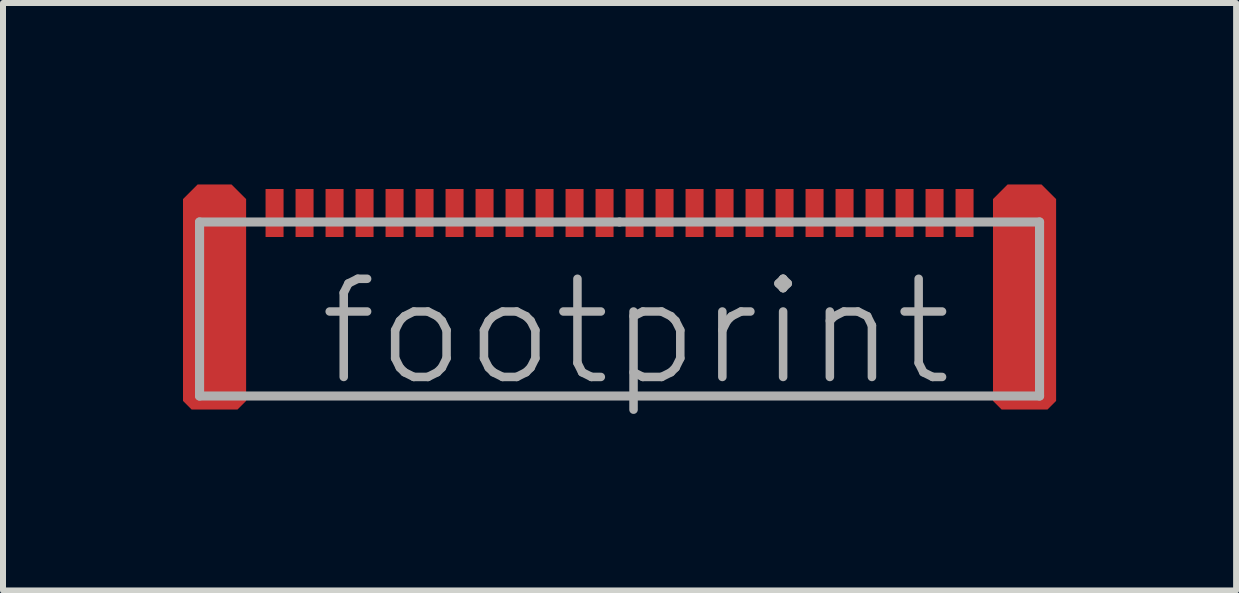
<source format=kicad_pcb>
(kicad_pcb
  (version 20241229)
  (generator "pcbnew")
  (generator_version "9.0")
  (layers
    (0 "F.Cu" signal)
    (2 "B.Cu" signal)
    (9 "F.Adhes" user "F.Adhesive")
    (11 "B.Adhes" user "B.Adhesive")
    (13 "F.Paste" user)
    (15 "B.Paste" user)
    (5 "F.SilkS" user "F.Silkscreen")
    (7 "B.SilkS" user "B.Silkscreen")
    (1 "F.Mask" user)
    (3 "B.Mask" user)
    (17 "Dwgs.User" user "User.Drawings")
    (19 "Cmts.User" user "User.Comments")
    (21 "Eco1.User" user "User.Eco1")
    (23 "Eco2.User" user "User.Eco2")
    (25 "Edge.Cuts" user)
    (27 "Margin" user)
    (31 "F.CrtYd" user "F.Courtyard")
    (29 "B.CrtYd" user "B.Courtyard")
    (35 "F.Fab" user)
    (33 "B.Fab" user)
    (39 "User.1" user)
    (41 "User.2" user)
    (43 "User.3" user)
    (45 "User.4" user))
  (footprint "footprint"
    (layer "F.Cu")
    (at 7.276 0.9)
    (property "Reference" "footprint" (at -5.08 2.54 0) (layer "F.Fab") (effects (font (size 1.636 1.636) (thickness 0.142)) (justify left bottom)))
    (fp_poly (pts (xy -6.224 -0.632) (xy -6.224 2.732) (xy -6.368 2.876) (xy -7.132 2.876) (xy -7.276 2.732) (xy -7.276 -0.632) (xy -7.032 -0.876) (xy -6.468 -0.876)) (stroke (width 0) (type solid)) (fill yes) (layer "F.Cu"))
    (fp_poly (pts (xy 7.276 -0.632) (xy 7.276 2.732) (xy 7.132 2.876) (xy 6.368 2.876) (xy 6.224 2.732) (xy 6.224 -0.632) (xy 6.468 -0.876) (xy 7.032 -0.876)) (stroke (width 0) (type solid)) (fill yes) (layer "F.Cu"))
    (fp_poly (pts (xy -6.95 2.5) (xy -6.55 2.5) (xy -6.55 1.7) (xy -6.95 1.7)) (stroke (width 0) (type solid)) (fill yes) (layer "F.Mask"))
    (fp_poly (pts (xy 6.55 2.5) (xy 6.95 2.5) (xy 6.95 1.7) (xy 6.55 1.7)) (stroke (width 0) (type solid)) (fill yes) (layer "F.Mask"))
    (fp_poly (pts (xy -6.95 2.5) (xy -6.55 2.5) (xy -6.55 1.7) (xy -6.95 1.7)) (stroke (width 0) (type solid)) (fill yes) (layer "F.Paste"))
    (fp_poly (pts (xy 6.55 2.5) (xy 6.95 2.5) (xy 6.95 1.7) (xy 6.55 1.7)) (stroke (width 0) (type solid)) (fill yes) (layer "F.Paste"))
    (fp_line (start -7 -0.25) (end 0 -0.25) (stroke (width 0.152) (type solid)) (layer "F.Fab"))
    (fp_line (start -7 2.65) (end -7 -0.25) (stroke (width 0.152) (type solid)) (layer "F.Fab"))
    (fp_line (start 0 -0.25) (end 7 -0.25) (stroke (width 0.152) (type solid)) (layer "F.Fab"))
    (fp_line (start 7 -0.25) (end 7 2.65) (stroke (width 0.152) (type solid)) (layer "F.Fab"))
    (fp_line (start 7 2.65) (end -7 2.65) (stroke (width 0.152) (type solid)) (layer "F.Fab"))
    (pad "P$1" smd rect (at -5.75 -0.4) (size 0.3 0.8) (layers "F.Cu" "F.Mask" "F.Paste"))
    (pad "P$2" smd rect (at -5.25 -0.4) (size 0.3 0.8) (layers "F.Cu" "F.Mask" "F.Paste"))
    (pad "P$3" smd rect (at -4.75 -0.4) (size 0.3 0.8) (layers "F.Cu" "F.Mask" "F.Paste"))
    (pad "P$4" smd rect (at -4.25 -0.4) (size 0.3 0.8) (layers "F.Cu" "F.Mask" "F.Paste"))
    (pad "P$5" smd rect (at -3.75 -0.4) (size 0.3 0.8) (layers "F.Cu" "F.Mask" "F.Paste"))
    (pad "P$6" smd rect (at -3.25 -0.4) (size 0.3 0.8) (layers "F.Cu" "F.Mask" "F.Paste"))
    (pad "P$7" smd rect (at -2.75 -0.4) (size 0.3 0.8) (layers "F.Cu" "F.Mask" "F.Paste"))
    (pad "P$8" smd rect (at -2.25 -0.4) (size 0.3 0.8) (layers "F.Cu" "F.Mask" "F.Paste"))
    (pad "P$9" smd rect (at -1.75 -0.4) (size 0.3 0.8) (layers "F.Cu" "F.Mask" "F.Paste"))
    (pad "P$10" smd rect (at -1.25 -0.4) (size 0.3 0.8) (layers "F.Cu" "F.Mask" "F.Paste"))
    (pad "P$11" smd rect (at -0.75 -0.4) (size 0.3 0.8) (layers "F.Cu" "F.Mask" "F.Paste"))
    (pad "P$12" smd rect (at -0.25 -0.4) (size 0.3 0.8) (layers "F.Cu" "F.Mask" "F.Paste"))
    (pad "P$13" smd rect (at 0.25 -0.4) (size 0.3 0.8) (layers "F.Cu" "F.Mask" "F.Paste"))
    (pad "P$14" smd rect (at 0.75 -0.4) (size 0.3 0.8) (layers "F.Cu" "F.Mask" "F.Paste"))
    (pad "P$15" smd rect (at 1.25 -0.4) (size 0.3 0.8) (layers "F.Cu" "F.Mask" "F.Paste"))
    (pad "P$16" smd rect (at 1.75 -0.4) (size 0.3 0.8) (layers "F.Cu" "F.Mask" "F.Paste"))
    (pad "P$17" smd rect (at 2.25 -0.4) (size 0.3 0.8) (layers "F.Cu" "F.Mask" "F.Paste"))
    (pad "P$18" smd rect (at 2.75 -0.4) (size 0.3 0.8) (layers "F.Cu" "F.Mask" "F.Paste"))
    (pad "P$19" smd rect (at 3.25 -0.4) (size 0.3 0.8) (layers "F.Cu" "F.Mask" "F.Paste"))
    (pad "P$20" smd rect (at 3.75 -0.4) (size 0.3 0.8) (layers "F.Cu" "F.Mask" "F.Paste"))
    (pad "P$21" smd rect (at 4.25 -0.4) (size 0.3 0.8) (layers "F.Cu" "F.Mask" "F.Paste"))
    (pad "P$22" smd rect (at 4.75 -0.4) (size 0.3 0.8) (layers "F.Cu" "F.Mask" "F.Paste"))
    (pad "P$23" smd rect (at 5.25 -0.4) (size 0.3 0.8) (layers "F.Cu" "F.Mask" "F.Paste"))
    (pad "P$24" smd rect (at 5.75 -0.4) (size 0.3 0.8) (layers "F.Cu" "F.Mask" "F.Paste"))
    (zone (net_name "") (layer "F.Cu") (hatch edge 0.508) (connect_pads) (min_thickness 0.254) (filled_areas_thickness no) (keepout (tracks not_allowed) (vias not_allowed) (pads not_allowed) (copperpour not_allowed) (footprints allowed)) (placement (enabled no)) (fill) (polygon (pts (xy 1.676 1) (xy 1.876 1) (xy 1.876 0) (xy 1.676 0))))
    (zone (net_name "") (layer "F.Cu") (hatch edge 0.508) (connect_pads) (min_thickness 0.254) (filled_areas_thickness no) (keepout (tracks not_allowed) (vias not_allowed) (pads not_allowed) (copperpour not_allowed) (footprints allowed)) (placement (enabled no)) (fill) (polygon (pts (xy 2.176 1) (xy 2.376 1) (xy 2.376 0) (xy 2.176 0))))
    (zone (net_name "") (layer "F.Cu") (hatch edge 0.508) (connect_pads) (min_thickness 0.254) (filled_areas_thickness no) (keepout (tracks not_allowed) (vias not_allowed) (pads not_allowed) (copperpour not_allowed) (footprints allowed)) (placement (enabled no)) (fill) (polygon (pts (xy 2.676 1) (xy 2.876 1) (xy 2.876 0) (xy 2.676 0))))
    (zone (net_name "") (layer "F.Cu") (hatch edge 0.508) (connect_pads) (min_thickness 0.254) (filled_areas_thickness no) (keepout (tracks not_allowed) (vias not_allowed) (pads not_allowed) (copperpour not_allowed) (footprints allowed)) (placement (enabled no)) (fill) (polygon (pts (xy 3.176 1) (xy 3.376 1) (xy 3.376 0) (xy 3.176 0))))
    (zone (net_name "") (layer "F.Cu") (hatch edge 0.508) (connect_pads) (min_thickness 0.254) (filled_areas_thickness no) (keepout (tracks not_allowed) (vias not_allowed) (pads not_allowed) (copperpour not_allowed) (footprints allowed)) (placement (enabled no)) (fill) (polygon (pts (xy 3.676 1) (xy 3.876 1) (xy 3.876 0) (xy 3.676 0))))
    (zone (net_name "") (layer "F.Cu") (hatch edge 0.508) (connect_pads) (min_thickness 0.254) (filled_areas_thickness no) (keepout (tracks not_allowed) (vias not_allowed) (pads not_allowed) (copperpour not_allowed) (footprints allowed)) (placement (enabled no)) (fill) (polygon (pts (xy 4.176 1) (xy 4.376 1) (xy 4.376 0) (xy 4.176 0))))
    (zone (net_name "") (layer "F.Cu") (hatch edge 0.508) (connect_pads) (min_thickness 0.254) (filled_areas_thickness no) (keepout (tracks not_allowed) (vias not_allowed) (pads not_allowed) (copperpour not_allowed) (footprints allowed)) (placement (enabled no)) (fill) (polygon (pts (xy 4.676 1) (xy 4.876 1) (xy 4.876 0) (xy 4.676 0))))
    (zone (net_name "") (layer "F.Cu") (hatch edge 0.508) (connect_pads) (min_thickness 0.254) (filled_areas_thickness no) (keepout (tracks not_allowed) (vias not_allowed) (pads not_allowed) (copperpour not_allowed) (footprints allowed)) (placement (enabled no)) (fill) (polygon (pts (xy 5.176 1) (xy 5.376 1) (xy 5.376 0) (xy 5.176 0))))
    (zone (net_name "") (layer "F.Cu") (hatch edge 0.508) (connect_pads) (min_thickness 0.254) (filled_areas_thickness no) (keepout (tracks not_allowed) (vias not_allowed) (pads not_allowed) (copperpour not_allowed) (footprints allowed)) (placement (enabled no)) (fill) (polygon (pts (xy 5.676 1) (xy 5.876 1) (xy 5.876 0) (xy 5.676 0))))
    (zone (net_name "") (layer "F.Cu") (hatch edge 0.508) (connect_pads) (min_thickness 0.254) (filled_areas_thickness no) (keepout (tracks not_allowed) (vias not_allowed) (pads not_allowed) (copperpour not_allowed) (footprints allowed)) (placement (enabled no)) (fill) (polygon (pts (xy 6.176 1) (xy 6.376 1) (xy 6.376 0) (xy 6.176 0))))
    (zone (net_name "") (layer "F.Cu") (hatch edge 0.508) (connect_pads) (min_thickness 0.254) (filled_areas_thickness no) (keepout (tracks not_allowed) (vias not_allowed) (pads not_allowed) (copperpour not_allowed) (footprints allowed)) (placement (enabled no)) (fill) (polygon (pts (xy 6.676 1) (xy 6.876 1) (xy 6.876 0) (xy 6.676 0))))
    (zone (net_name "") (layer "F.Cu") (hatch edge 0.508) (connect_pads) (min_thickness 0.254) (filled_areas_thickness no) (keepout (tracks not_allowed) (vias not_allowed) (pads not_allowed) (copperpour not_allowed) (footprints allowed)) (placement (enabled no)) (fill) (polygon (pts (xy 7.176 1) (xy 7.376 1) (xy 7.376 0) (xy 7.176 0))))
    (zone (net_name "") (layer "F.Cu") (hatch edge 0.508) (connect_pads) (min_thickness 0.254) (filled_areas_thickness no) (keepout (tracks not_allowed) (vias not_allowed) (pads not_allowed) (copperpour not_allowed) (footprints allowed)) (placement (enabled no)) (fill) (polygon (pts (xy 7.676 1) (xy 7.876 1) (xy 7.876 0) (xy 7.676 0))))
    (zone (net_name "") (layer "F.Cu") (hatch edge 0.508) (connect_pads) (min_thickness 0.254) (filled_areas_thickness no) (keepout (tracks not_allowed) (vias not_allowed) (pads not_allowed) (copperpour not_allowed) (footprints allowed)) (placement (enabled no)) (fill) (polygon (pts (xy 8.176 1) (xy 8.376 1) (xy 8.376 0) (xy 8.176 0))))
    (zone (net_name "") (layer "F.Cu") (hatch edge 0.508) (connect_pads) (min_thickness 0.254) (filled_areas_thickness no) (keepout (tracks not_allowed) (vias not_allowed) (pads not_allowed) (copperpour not_allowed) (footprints allowed)) (placement (enabled no)) (fill) (polygon (pts (xy 8.676 1) (xy 8.876 1) (xy 8.876 0) (xy 8.676 0))))
    (zone (net_name "") (layer "F.Cu") (hatch edge 0.508) (connect_pads) (min_thickness 0.254) (filled_areas_thickness no) (keepout (tracks not_allowed) (vias not_allowed) (pads not_allowed) (copperpour not_allowed) (footprints allowed)) (placement (enabled no)) (fill) (polygon (pts (xy 9.176 1) (xy 9.376 1) (xy 9.376 0) (xy 9.176 0))))
    (zone (net_name "") (layer "F.Cu") (hatch edge 0.508) (connect_pads) (min_thickness 0.254) (filled_areas_thickness no) (keepout (tracks not_allowed) (vias not_allowed) (pads not_allowed) (copperpour not_allowed) (footprints allowed)) (placement (enabled no)) (fill) (polygon (pts (xy 9.676 1) (xy 9.876 1) (xy 9.876 0) (xy 9.676 0))))
    (zone (net_name "") (layer "F.Cu") (hatch edge 0.508) (connect_pads) (min_thickness 0.254) (filled_areas_thickness no) (keepout (tracks not_allowed) (vias not_allowed) (pads not_allowed) (copperpour not_allowed) (footprints allowed)) (placement (enabled no)) (fill) (polygon (pts (xy 10.176 1) (xy 10.376 1) (xy 10.376 0) (xy 10.176 0))))
    (zone (net_name "") (layer "F.Cu") (hatch edge 0.508) (connect_pads) (min_thickness 0.254) (filled_areas_thickness no) (keepout (tracks not_allowed) (vias not_allowed) (pads not_allowed) (copperpour not_allowed) (footprints allowed)) (placement (enabled no)) (fill) (polygon (pts (xy 10.676 1) (xy 10.876 1) (xy 10.876 0) (xy 10.676 0))))
    (zone (net_name "") (layer "F.Cu") (hatch edge 0.508) (connect_pads) (min_thickness 0.254) (filled_areas_thickness no) (keepout (tracks not_allowed) (vias not_allowed) (pads not_allowed) (copperpour not_allowed) (footprints allowed)) (placement (enabled no)) (fill) (polygon (pts (xy 11.176 1) (xy 11.376 1) (xy 11.376 0) (xy 11.176 0))))
    (zone (net_name "") (layer "F.Cu") (hatch edge 0.508) (connect_pads) (min_thickness 0.254) (filled_areas_thickness no) (keepout (tracks not_allowed) (vias not_allowed) (pads not_allowed) (copperpour not_allowed) (footprints allowed)) (placement (enabled no)) (fill) (polygon (pts (xy 11.676 1) (xy 11.876 1) (xy 11.876 0) (xy 11.676 0))))
    (zone (net_name "") (layer "F.Cu") (hatch edge 0.508) (connect_pads) (min_thickness 0.254) (filled_areas_thickness no) (keepout (tracks not_allowed) (vias not_allowed) (pads not_allowed) (copperpour not_allowed) (footprints allowed)) (placement (enabled no)) (fill) (polygon (pts (xy 12.176 1) (xy 12.376 1) (xy 12.376 0) (xy 12.176 0))))
    (zone (net_name "") (layer "F.Cu") (hatch edge 0.508) (connect_pads) (min_thickness 0.254) (filled_areas_thickness no) (keepout (tracks not_allowed) (vias not_allowed) (pads not_allowed) (copperpour not_allowed) (footprints allowed)) (placement (enabled no)) (fill) (polygon (pts (xy 12.676 1) (xy 12.876 1) (xy 12.876 0) (xy 12.676 0)))))
  (gr_rect
    (start -3 -3)
    (end 17.552 6.791)
    (stroke (width 0.1) (type default))
    (fill no)
    (layer "Edge.Cuts")))
</source>
